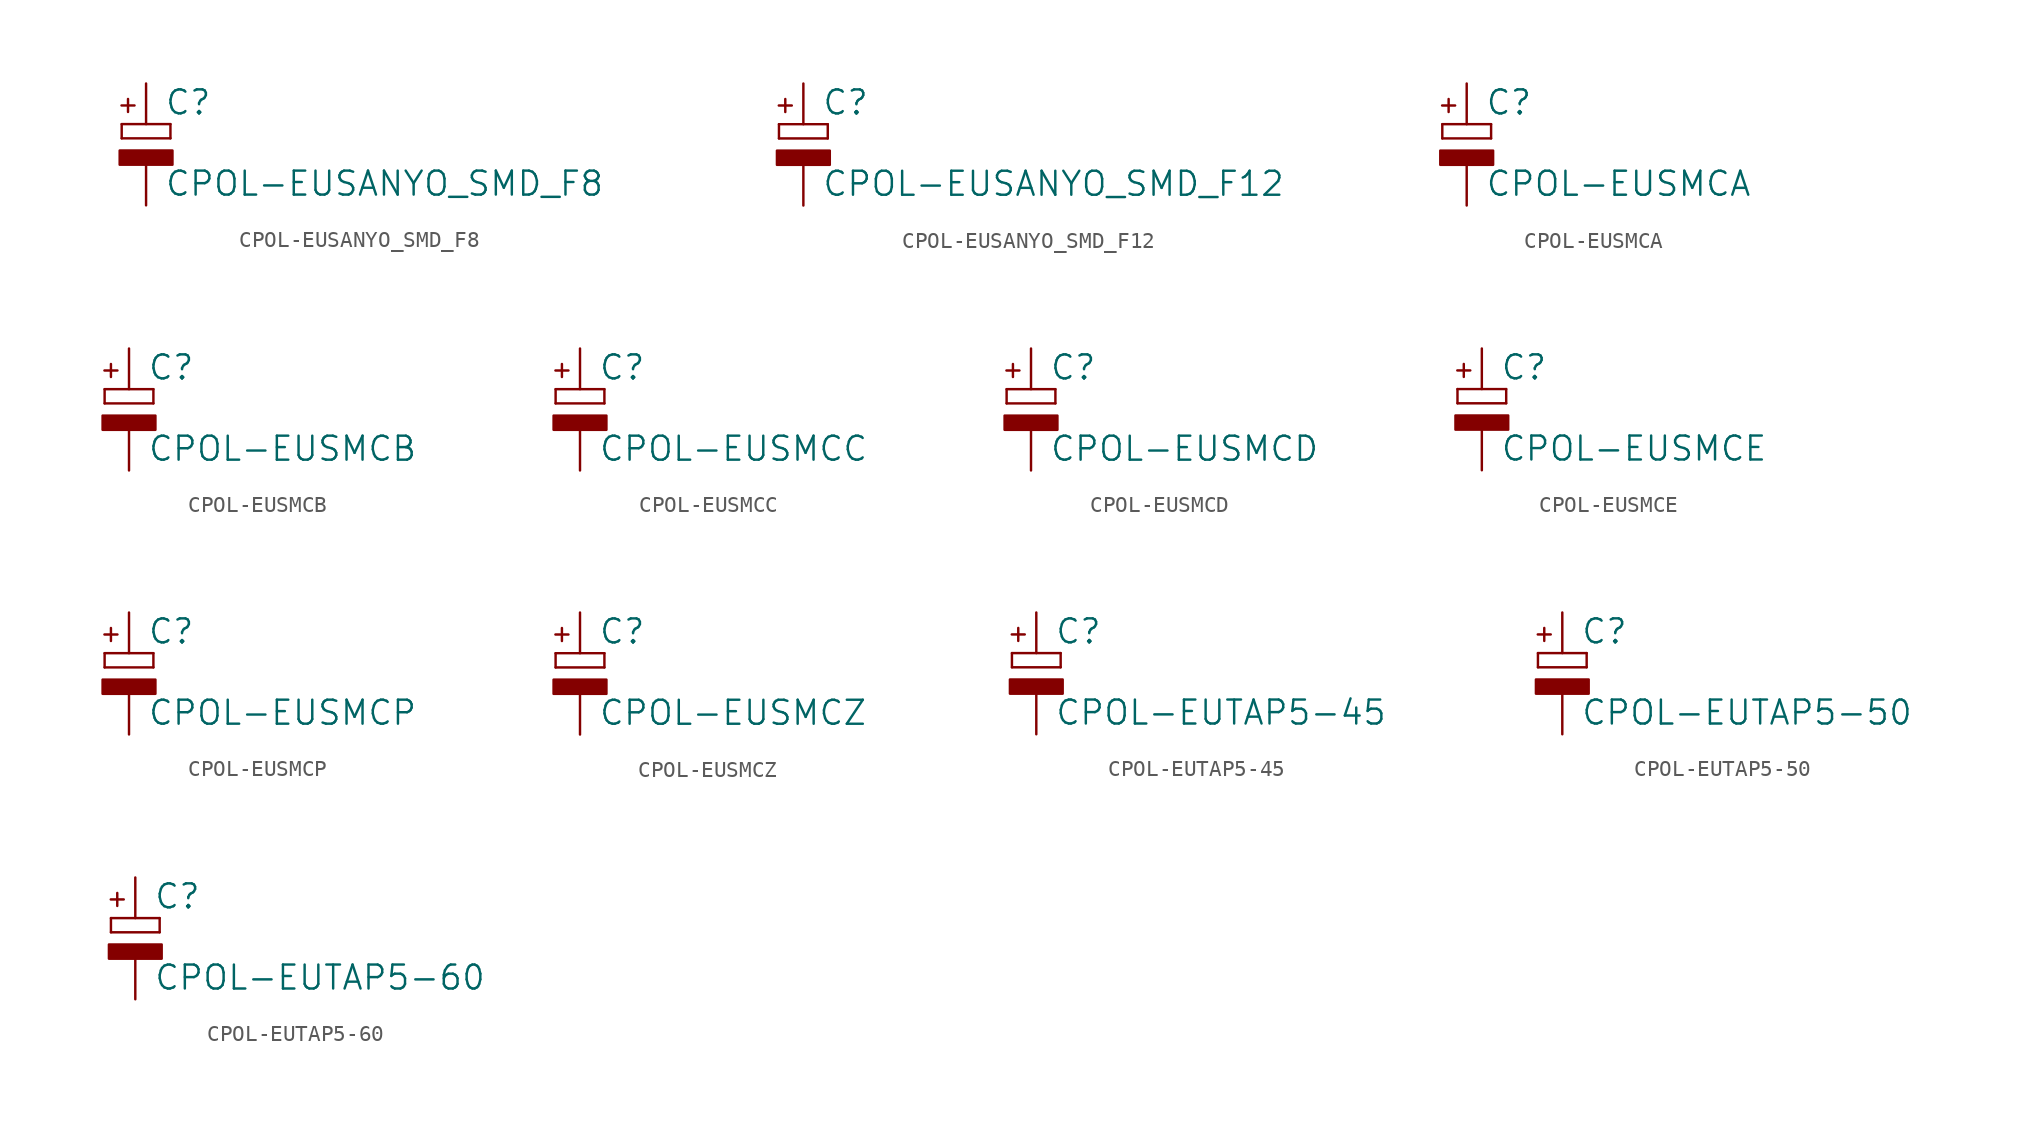
<source format=kicad_sym>
(kicad_symbol_lib
  (version 20211014)
  (generator kicad_symbol_editor)
  (symbol "CPOL-EUSANYO_SMD_F8"
    (pin_names
      (offset 1.016))
    (property "Reference" "C"
      (at 1.143 0.483 0)
      (effects (font (size 1.499 1.499)) (justify left bottom)))
    (property "Value" "CPOL-EUSANYO_SMD_F8"
      (at 1.143 -4.597 0)
      (effects (font (size 1.499 1.499)) (justify left bottom)))
    (property "ki_locked" ""
      (at 0 0 0)
      (effects (font (size 1.27 1.27))))
    (symbol "CPOL-EUSANYO_SMD_F8_1_0"
      (rectangle (start -1.651 -2.54) (end 1.651 -1.651) (stroke (width 0) (type default) (color 0 0 0 0)) (fill (type outline)))
      (polyline (pts (xy -1.524 -0.889) (xy 1.524 -0.889)) (stroke (width 0) (type default) (color 0 0 0 0)) (fill (type none)))
      (polyline (pts (xy -1.524 0) (xy -1.524 -0.889)) (stroke (width 0) (type default) (color 0 0 0 0)) (fill (type none)))
      (polyline (pts (xy -1.524 0) (xy 1.524 0)) (stroke (width 0) (type default) (color 0 0 0 0)) (fill (type none)))
      (polyline (pts (xy 1.524 -0.889) (xy 1.524 0)) (stroke (width 0) (type default) (color 0 0 0 0)) (fill (type none)))
      (text "+" (at -0.584 0.406 900) (effects (font (size 1.067 1.067)) (justify left bottom)))
      (pin passive line (at 0 2.54 270) (length 2.54) (name "+" (effects (font (size 0 0)))) (number "+" (effects (font (size 0 0)))))
      (pin passive line (at 0 -5.08 90) (length 2.54) (name "-" (effects (font (size 0 0)))) (number "-" (effects (font (size 0 0)))))))
  (symbol "CPOL-EUSANYO_SMD_F12"
    (pin_names
      (offset 1.016))
    (property "Reference" "C"
      (at 1.143 0.483 0)
      (effects (font (size 1.499 1.499)) (justify left bottom)))
    (property "Value" "CPOL-EUSANYO_SMD_F12"
      (at 1.143 -4.597 0)
      (effects (font (size 1.499 1.499)) (justify left bottom)))
    (property "ki_locked" ""
      (at 0 0 0)
      (effects (font (size 1.27 1.27))))
    (symbol "CPOL-EUSANYO_SMD_F12_1_0"
      (rectangle (start -1.651 -2.54) (end 1.651 -1.651) (stroke (width 0) (type default) (color 0 0 0 0)) (fill (type outline)))
      (polyline (pts (xy -1.524 -0.889) (xy 1.524 -0.889)) (stroke (width 0) (type default) (color 0 0 0 0)) (fill (type none)))
      (polyline (pts (xy -1.524 0) (xy -1.524 -0.889)) (stroke (width 0) (type default) (color 0 0 0 0)) (fill (type none)))
      (polyline (pts (xy -1.524 0) (xy 1.524 0)) (stroke (width 0) (type default) (color 0 0 0 0)) (fill (type none)))
      (polyline (pts (xy 1.524 -0.889) (xy 1.524 0)) (stroke (width 0) (type default) (color 0 0 0 0)) (fill (type none)))
      (text "+" (at -0.584 0.406 900) (effects (font (size 1.067 1.067)) (justify left bottom)))
      (pin passive line (at 0 2.54 270) (length 2.54) (name "+" (effects (font (size 0 0)))) (number "+" (effects (font (size 0 0)))))
      (pin passive line (at 0 -5.08 90) (length 2.54) (name "-" (effects (font (size 0 0)))) (number "-" (effects (font (size 0 0)))))))
  (symbol "CPOL-EUSMCA"
    (pin_names
      (offset 1.016))
    (property "Reference" "C"
      (at 1.143 0.483 0)
      (effects (font (size 1.499 1.499)) (justify left bottom)))
    (property "Value" "CPOL-EUSMCA"
      (at 1.143 -4.597 0)
      (effects (font (size 1.499 1.499)) (justify left bottom)))
    (property "ki_locked" ""
      (at 0 0 0)
      (effects (font (size 1.27 1.27))))
    (symbol "CPOL-EUSMCA_1_0"
      (rectangle (start -1.651 -2.54) (end 1.651 -1.651) (stroke (width 0) (type default) (color 0 0 0 0)) (fill (type outline)))
      (polyline (pts (xy -1.524 -0.889) (xy 1.524 -0.889)) (stroke (width 0) (type default) (color 0 0 0 0)) (fill (type none)))
      (polyline (pts (xy -1.524 0) (xy -1.524 -0.889)) (stroke (width 0) (type default) (color 0 0 0 0)) (fill (type none)))
      (polyline (pts (xy -1.524 0) (xy 1.524 0)) (stroke (width 0) (type default) (color 0 0 0 0)) (fill (type none)))
      (polyline (pts (xy 1.524 -0.889) (xy 1.524 0)) (stroke (width 0) (type default) (color 0 0 0 0)) (fill (type none)))
      (text "+" (at -0.584 0.406 900) (effects (font (size 1.067 1.067)) (justify left bottom)))
      (pin passive line (at 0 2.54 270) (length 2.54) (name "+" (effects (font (size 0 0)))) (number "+" (effects (font (size 0 0)))))
      (pin passive line (at 0 -5.08 90) (length 2.54) (name "-" (effects (font (size 0 0)))) (number "-" (effects (font (size 0 0)))))))
  (symbol "CPOL-EUSMCB"
    (pin_names
      (offset 1.016))
    (property "Reference" "C"
      (at 1.143 0.483 0)
      (effects (font (size 1.499 1.499)) (justify left bottom)))
    (property "Value" "CPOL-EUSMCB"
      (at 1.143 -4.597 0)
      (effects (font (size 1.499 1.499)) (justify left bottom)))
    (property "ki_locked" ""
      (at 0 0 0)
      (effects (font (size 1.27 1.27))))
    (symbol "CPOL-EUSMCB_1_0"
      (rectangle (start -1.651 -2.54) (end 1.651 -1.651) (stroke (width 0) (type default) (color 0 0 0 0)) (fill (type outline)))
      (polyline (pts (xy -1.524 -0.889) (xy 1.524 -0.889)) (stroke (width 0) (type default) (color 0 0 0 0)) (fill (type none)))
      (polyline (pts (xy -1.524 0) (xy -1.524 -0.889)) (stroke (width 0) (type default) (color 0 0 0 0)) (fill (type none)))
      (polyline (pts (xy -1.524 0) (xy 1.524 0)) (stroke (width 0) (type default) (color 0 0 0 0)) (fill (type none)))
      (polyline (pts (xy 1.524 -0.889) (xy 1.524 0)) (stroke (width 0) (type default) (color 0 0 0 0)) (fill (type none)))
      (text "+" (at -0.584 0.406 900) (effects (font (size 1.067 1.067)) (justify left bottom)))
      (pin passive line (at 0 2.54 270) (length 2.54) (name "+" (effects (font (size 0 0)))) (number "+" (effects (font (size 0 0)))))
      (pin passive line (at 0 -5.08 90) (length 2.54) (name "-" (effects (font (size 0 0)))) (number "-" (effects (font (size 0 0)))))))
  (symbol "CPOL-EUSMCC"
    (pin_names
      (offset 1.016))
    (property "Reference" "C"
      (at 1.143 0.483 0)
      (effects (font (size 1.499 1.499)) (justify left bottom)))
    (property "Value" "CPOL-EUSMCC"
      (at 1.143 -4.597 0)
      (effects (font (size 1.499 1.499)) (justify left bottom)))
    (property "ki_locked" ""
      (at 0 0 0)
      (effects (font (size 1.27 1.27))))
    (symbol "CPOL-EUSMCC_1_0"
      (rectangle (start -1.651 -2.54) (end 1.651 -1.651) (stroke (width 0) (type default) (color 0 0 0 0)) (fill (type outline)))
      (polyline (pts (xy -1.524 -0.889) (xy 1.524 -0.889)) (stroke (width 0) (type default) (color 0 0 0 0)) (fill (type none)))
      (polyline (pts (xy -1.524 0) (xy -1.524 -0.889)) (stroke (width 0) (type default) (color 0 0 0 0)) (fill (type none)))
      (polyline (pts (xy -1.524 0) (xy 1.524 0)) (stroke (width 0) (type default) (color 0 0 0 0)) (fill (type none)))
      (polyline (pts (xy 1.524 -0.889) (xy 1.524 0)) (stroke (width 0) (type default) (color 0 0 0 0)) (fill (type none)))
      (text "+" (at -0.584 0.406 900) (effects (font (size 1.067 1.067)) (justify left bottom)))
      (pin passive line (at 0 2.54 270) (length 2.54) (name "+" (effects (font (size 0 0)))) (number "+" (effects (font (size 0 0)))))
      (pin passive line (at 0 -5.08 90) (length 2.54) (name "-" (effects (font (size 0 0)))) (number "-" (effects (font (size 0 0)))))))
  (symbol "CPOL-EUSMCD"
    (pin_names
      (offset 1.016))
    (property "Reference" "C"
      (at 1.143 0.483 0)
      (effects (font (size 1.499 1.499)) (justify left bottom)))
    (property "Value" "CPOL-EUSMCD"
      (at 1.143 -4.597 0)
      (effects (font (size 1.499 1.499)) (justify left bottom)))
    (property "ki_locked" ""
      (at 0 0 0)
      (effects (font (size 1.27 1.27))))
    (symbol "CPOL-EUSMCD_1_0"
      (rectangle (start -1.651 -2.54) (end 1.651 -1.651) (stroke (width 0) (type default) (color 0 0 0 0)) (fill (type outline)))
      (polyline (pts (xy -1.524 -0.889) (xy 1.524 -0.889)) (stroke (width 0) (type default) (color 0 0 0 0)) (fill (type none)))
      (polyline (pts (xy -1.524 0) (xy -1.524 -0.889)) (stroke (width 0) (type default) (color 0 0 0 0)) (fill (type none)))
      (polyline (pts (xy -1.524 0) (xy 1.524 0)) (stroke (width 0) (type default) (color 0 0 0 0)) (fill (type none)))
      (polyline (pts (xy 1.524 -0.889) (xy 1.524 0)) (stroke (width 0) (type default) (color 0 0 0 0)) (fill (type none)))
      (text "+" (at -0.584 0.406 900) (effects (font (size 1.067 1.067)) (justify left bottom)))
      (pin passive line (at 0 2.54 270) (length 2.54) (name "+" (effects (font (size 0 0)))) (number "+" (effects (font (size 0 0)))))
      (pin passive line (at 0 -5.08 90) (length 2.54) (name "-" (effects (font (size 0 0)))) (number "-" (effects (font (size 0 0)))))))
  (symbol "CPOL-EUSMCE"
    (pin_names
      (offset 1.016))
    (property "Reference" "C"
      (at 1.143 0.483 0)
      (effects (font (size 1.499 1.499)) (justify left bottom)))
    (property "Value" "CPOL-EUSMCE"
      (at 1.143 -4.597 0)
      (effects (font (size 1.499 1.499)) (justify left bottom)))
    (property "ki_locked" ""
      (at 0 0 0)
      (effects (font (size 1.27 1.27))))
    (symbol "CPOL-EUSMCE_1_0"
      (rectangle (start -1.651 -2.54) (end 1.651 -1.651) (stroke (width 0) (type default) (color 0 0 0 0)) (fill (type outline)))
      (polyline (pts (xy -1.524 -0.889) (xy 1.524 -0.889)) (stroke (width 0) (type default) (color 0 0 0 0)) (fill (type none)))
      (polyline (pts (xy -1.524 0) (xy -1.524 -0.889)) (stroke (width 0) (type default) (color 0 0 0 0)) (fill (type none)))
      (polyline (pts (xy -1.524 0) (xy 1.524 0)) (stroke (width 0) (type default) (color 0 0 0 0)) (fill (type none)))
      (polyline (pts (xy 1.524 -0.889) (xy 1.524 0)) (stroke (width 0) (type default) (color 0 0 0 0)) (fill (type none)))
      (text "+" (at -0.584 0.406 900) (effects (font (size 1.067 1.067)) (justify left bottom)))
      (pin passive line (at 0 2.54 270) (length 2.54) (name "+" (effects (font (size 0 0)))) (number "+" (effects (font (size 0 0)))))
      (pin passive line (at 0 -5.08 90) (length 2.54) (name "-" (effects (font (size 0 0)))) (number "-" (effects (font (size 0 0)))))))
  (symbol "CPOL-EUSMCP"
    (pin_names
      (offset 1.016))
    (property "Reference" "C"
      (at 1.143 0.483 0)
      (effects (font (size 1.499 1.499)) (justify left bottom)))
    (property "Value" "CPOL-EUSMCP"
      (at 1.143 -4.597 0)
      (effects (font (size 1.499 1.499)) (justify left bottom)))
    (property "ki_locked" ""
      (at 0 0 0)
      (effects (font (size 1.27 1.27))))
    (symbol "CPOL-EUSMCP_1_0"
      (rectangle (start -1.651 -2.54) (end 1.651 -1.651) (stroke (width 0) (type default) (color 0 0 0 0)) (fill (type outline)))
      (polyline (pts (xy -1.524 -0.889) (xy 1.524 -0.889)) (stroke (width 0) (type default) (color 0 0 0 0)) (fill (type none)))
      (polyline (pts (xy -1.524 0) (xy -1.524 -0.889)) (stroke (width 0) (type default) (color 0 0 0 0)) (fill (type none)))
      (polyline (pts (xy -1.524 0) (xy 1.524 0)) (stroke (width 0) (type default) (color 0 0 0 0)) (fill (type none)))
      (polyline (pts (xy 1.524 -0.889) (xy 1.524 0)) (stroke (width 0) (type default) (color 0 0 0 0)) (fill (type none)))
      (text "+" (at -0.584 0.406 900) (effects (font (size 1.067 1.067)) (justify left bottom)))
      (pin passive line (at 0 2.54 270) (length 2.54) (name "+" (effects (font (size 0 0)))) (number "+" (effects (font (size 0 0)))))
      (pin passive line (at 0 -5.08 90) (length 2.54) (name "-" (effects (font (size 0 0)))) (number "-" (effects (font (size 0 0)))))))
  (symbol "CPOL-EUSMCZ"
    (pin_names
      (offset 1.016))
    (property "Reference" "C"
      (at 1.143 0.483 0)
      (effects (font (size 1.499 1.499)) (justify left bottom)))
    (property "Value" "CPOL-EUSMCZ"
      (at 1.143 -4.597 0)
      (effects (font (size 1.499 1.499)) (justify left bottom)))
    (property "ki_locked" ""
      (at 0 0 0)
      (effects (font (size 1.27 1.27))))
    (symbol "CPOL-EUSMCZ_1_0"
      (rectangle (start -1.651 -2.54) (end 1.651 -1.651) (stroke (width 0) (type default) (color 0 0 0 0)) (fill (type outline)))
      (polyline (pts (xy -1.524 -0.889) (xy 1.524 -0.889)) (stroke (width 0) (type default) (color 0 0 0 0)) (fill (type none)))
      (polyline (pts (xy -1.524 0) (xy -1.524 -0.889)) (stroke (width 0) (type default) (color 0 0 0 0)) (fill (type none)))
      (polyline (pts (xy -1.524 0) (xy 1.524 0)) (stroke (width 0) (type default) (color 0 0 0 0)) (fill (type none)))
      (polyline (pts (xy 1.524 -0.889) (xy 1.524 0)) (stroke (width 0) (type default) (color 0 0 0 0)) (fill (type none)))
      (text "+" (at -0.584 0.406 900) (effects (font (size 1.067 1.067)) (justify left bottom)))
      (pin passive line (at 0 2.54 270) (length 2.54) (name "+" (effects (font (size 0 0)))) (number "+" (effects (font (size 0 0)))))
      (pin passive line (at 0 -5.08 90) (length 2.54) (name "-" (effects (font (size 0 0)))) (number "-" (effects (font (size 0 0)))))))
  (symbol "CPOL-EUTAP5-45"
    (pin_names
      (offset 1.016))
    (property "Reference" "C"
      (at 1.143 0.483 0)
      (effects (font (size 1.499 1.499)) (justify left bottom)))
    (property "Value" "CPOL-EUTAP5-45"
      (at 1.143 -4.597 0)
      (effects (font (size 1.499 1.499)) (justify left bottom)))
    (property "ki_locked" ""
      (at 0 0 0)
      (effects (font (size 1.27 1.27))))
    (symbol "CPOL-EUTAP5-45_1_0"
      (rectangle (start -1.651 -2.54) (end 1.651 -1.651) (stroke (width 0) (type default) (color 0 0 0 0)) (fill (type outline)))
      (polyline (pts (xy -1.524 -0.889) (xy 1.524 -0.889)) (stroke (width 0) (type default) (color 0 0 0 0)) (fill (type none)))
      (polyline (pts (xy -1.524 0) (xy -1.524 -0.889)) (stroke (width 0) (type default) (color 0 0 0 0)) (fill (type none)))
      (polyline (pts (xy -1.524 0) (xy 1.524 0)) (stroke (width 0) (type default) (color 0 0 0 0)) (fill (type none)))
      (polyline (pts (xy 1.524 -0.889) (xy 1.524 0)) (stroke (width 0) (type default) (color 0 0 0 0)) (fill (type none)))
      (text "+" (at -0.584 0.406 900) (effects (font (size 1.067 1.067)) (justify left bottom)))
      (pin passive line (at 0 2.54 270) (length 2.54) (name "+" (effects (font (size 0 0)))) (number "+" (effects (font (size 0 0)))))
      (pin passive line (at 0 -5.08 90) (length 2.54) (name "-" (effects (font (size 0 0)))) (number "-" (effects (font (size 0 0)))))))
  (symbol "CPOL-EUTAP5-50"
    (pin_names
      (offset 1.016))
    (property "Reference" "C"
      (at 1.143 0.483 0)
      (effects (font (size 1.499 1.499)) (justify left bottom)))
    (property "Value" "CPOL-EUTAP5-50"
      (at 1.143 -4.597 0)
      (effects (font (size 1.499 1.499)) (justify left bottom)))
    (property "ki_locked" ""
      (at 0 0 0)
      (effects (font (size 1.27 1.27))))
    (symbol "CPOL-EUTAP5-50_1_0"
      (rectangle (start -1.651 -2.54) (end 1.651 -1.651) (stroke (width 0) (type default) (color 0 0 0 0)) (fill (type outline)))
      (polyline (pts (xy -1.524 -0.889) (xy 1.524 -0.889)) (stroke (width 0) (type default) (color 0 0 0 0)) (fill (type none)))
      (polyline (pts (xy -1.524 0) (xy -1.524 -0.889)) (stroke (width 0) (type default) (color 0 0 0 0)) (fill (type none)))
      (polyline (pts (xy -1.524 0) (xy 1.524 0)) (stroke (width 0) (type default) (color 0 0 0 0)) (fill (type none)))
      (polyline (pts (xy 1.524 -0.889) (xy 1.524 0)) (stroke (width 0) (type default) (color 0 0 0 0)) (fill (type none)))
      (text "+" (at -0.584 0.406 900) (effects (font (size 1.067 1.067)) (justify left bottom)))
      (pin passive line (at 0 2.54 270) (length 2.54) (name "+" (effects (font (size 0 0)))) (number "+" (effects (font (size 0 0)))))
      (pin passive line (at 0 -5.08 90) (length 2.54) (name "-" (effects (font (size 0 0)))) (number "-" (effects (font (size 0 0)))))))
  (symbol "CPOL-EUTAP5-60"
    (pin_names
      (offset 1.016))
    (property "Reference" "C"
      (at 1.143 0.483 0)
      (effects (font (size 1.499 1.499)) (justify left bottom)))
    (property "Value" "CPOL-EUTAP5-60"
      (at 1.143 -4.597 0)
      (effects (font (size 1.499 1.499)) (justify left bottom)))
    (property "ki_locked" ""
      (at 0 0 0)
      (effects (font (size 1.27 1.27))))
    (symbol "CPOL-EUTAP5-60_1_0"
      (rectangle (start -1.651 -2.54) (end 1.651 -1.651) (stroke (width 0) (type default) (color 0 0 0 0)) (fill (type outline)))
      (polyline (pts (xy -1.524 -0.889) (xy 1.524 -0.889)) (stroke (width 0) (type default) (color 0 0 0 0)) (fill (type none)))
      (polyline (pts (xy -1.524 0) (xy -1.524 -0.889)) (stroke (width 0) (type default) (color 0 0 0 0)) (fill (type none)))
      (polyline (pts (xy -1.524 0) (xy 1.524 0)) (stroke (width 0) (type default) (color 0 0 0 0)) (fill (type none)))
      (polyline (pts (xy 1.524 -0.889) (xy 1.524 0)) (stroke (width 0) (type default) (color 0 0 0 0)) (fill (type none)))
      (text "+" (at -0.584 0.406 900) (effects (font (size 1.067 1.067)) (justify left bottom)))
      (pin passive line (at 0 2.54 270) (length 2.54) (name "+" (effects (font (size 0 0)))) (number "+" (effects (font (size 0 0)))))
      (pin passive line (at 0 -5.08 90) (length 2.54) (name "-" (effects (font (size 0 0)))) (number "-" (effects (font (size 0 0))))))))
</source>
